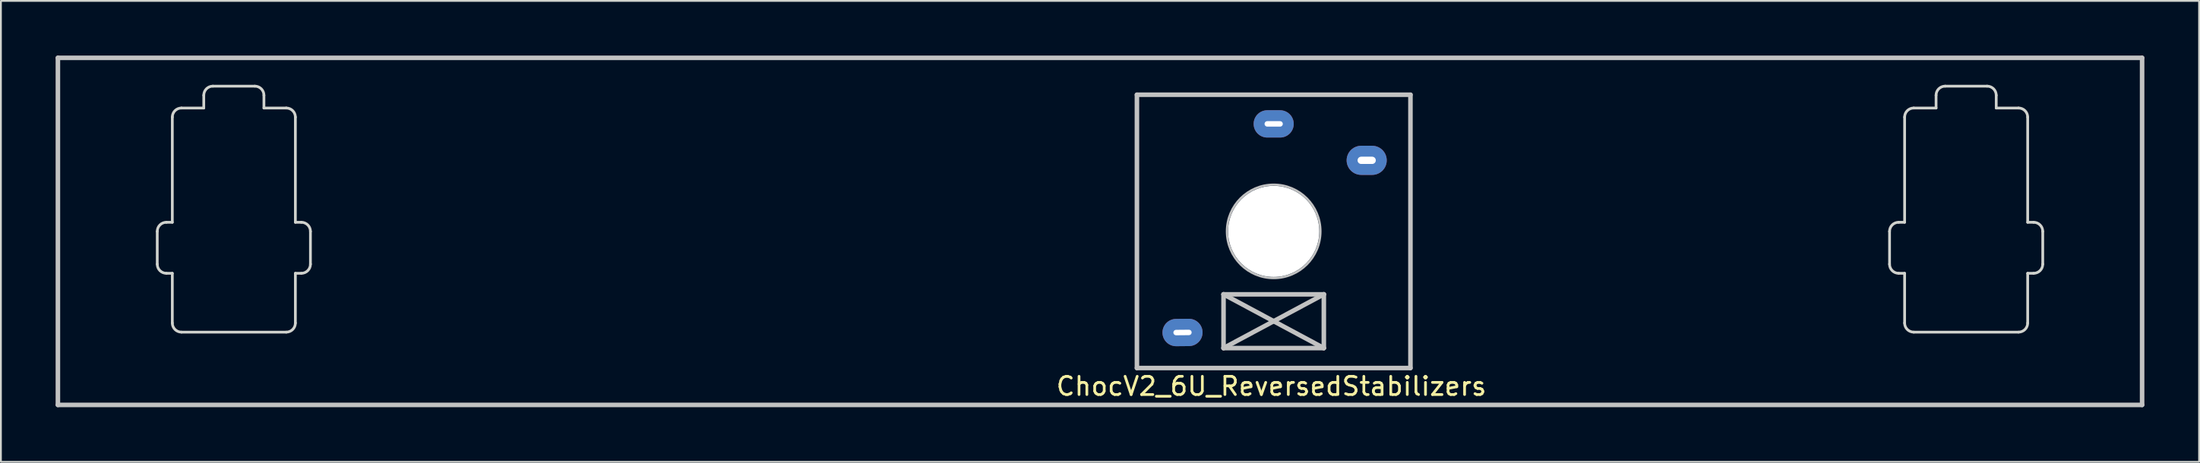
<source format=kicad_pcb>
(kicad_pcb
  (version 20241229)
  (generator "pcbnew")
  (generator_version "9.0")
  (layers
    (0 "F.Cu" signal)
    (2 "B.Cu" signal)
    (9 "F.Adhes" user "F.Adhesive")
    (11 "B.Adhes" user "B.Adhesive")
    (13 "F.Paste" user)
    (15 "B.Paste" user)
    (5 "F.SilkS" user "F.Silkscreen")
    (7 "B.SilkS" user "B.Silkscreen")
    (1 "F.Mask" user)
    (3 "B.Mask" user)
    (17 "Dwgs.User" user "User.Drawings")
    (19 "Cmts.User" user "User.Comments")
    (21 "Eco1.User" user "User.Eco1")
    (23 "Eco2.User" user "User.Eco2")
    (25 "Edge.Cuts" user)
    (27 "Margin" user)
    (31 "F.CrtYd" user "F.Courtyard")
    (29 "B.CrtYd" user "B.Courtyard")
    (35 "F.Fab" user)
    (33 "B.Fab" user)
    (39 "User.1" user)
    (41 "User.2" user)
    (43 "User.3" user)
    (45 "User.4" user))
  (footprint "ChocV2_6U_ReversedStabilizers"
    (layer "F.Cu")
    (at 57.275 9.65)
    (property "Reference" "ChocV2_6U_ReversedStabilizers" (at 9.398 8.5 0) (layer "F.SilkS") (effects (font (size 1 1) (thickness 0.15))))
    (attr through_hole)
    (fp_line (start -57.15 9.525) (end -57.15 -9.525) (stroke (width 0.25) (type solid)) (layer "Dwgs.User"))
    (fp_line (start -57.15 9.525) (end 57.15 9.525) (stroke (width 0.25) (type solid)) (layer "Dwgs.User"))
    (fp_line (start 2.025 -7.5) (end 17.025 -7.5) (stroke (width 0.25) (type solid)) (layer "Dwgs.User"))
    (fp_line (start 2.025 7.5) (end 2.025 -7.5) (stroke (width 0.25) (type solid)) (layer "Dwgs.User"))
    (fp_line (start 6.775 3.455) (end 6.775 6.405) (stroke (width 0.25) (type solid)) (layer "Dwgs.User"))
    (fp_line (start 6.775 3.455) (end 12.275 6.405) (stroke (width 0.25) (type solid)) (layer "Dwgs.User"))
    (fp_line (start 6.775 6.405) (end 12.275 3.455) (stroke (width 0.25) (type solid)) (layer "Dwgs.User"))
    (fp_line (start 6.775 6.405) (end 12.275 6.405) (stroke (width 0.25) (type solid)) (layer "Dwgs.User"))
    (fp_line (start 12.275 3.455) (end 6.775 3.455) (stroke (width 0.25) (type solid)) (layer "Dwgs.User"))
    (fp_line (start 12.275 6.405) (end 12.275 3.455) (stroke (width 0.25) (type solid)) (layer "Dwgs.User"))
    (fp_line (start 17.025 -7.5) (end 17.025 7.5) (stroke (width 0.25) (type solid)) (layer "Dwgs.User"))
    (fp_line (start 17.025 7.5) (end 2.025 7.5) (stroke (width 0.25) (type solid)) (layer "Dwgs.User"))
    (fp_line (start 57.15 -9.525) (end -57.15 -9.525) (stroke (width 0.25) (type solid)) (layer "Dwgs.User"))
    (fp_line (start 57.15 -9.525) (end 57.15 9.525) (stroke (width 0.25) (type solid)) (layer "Dwgs.User"))
    (fp_circle (center 9.525 0) (end 8.814 -2.464) (stroke (width 0.12) (type solid)) (fill no) (layer "Dwgs.User"))
    (fp_line (start -51.701 1.801) (end -51.701 0.001) (stroke (width 0.15) (type solid)) (layer "Edge.Cuts"))
    (fp_line (start -51.201 -0.499) (end -50.875 -0.499) (stroke (width 0.15) (type solid)) (layer "Edge.Cuts"))
    (fp_line (start -50.875 -0.499) (end -50.875 -6.271) (stroke (width 0.15) (type solid)) (layer "Edge.Cuts"))
    (fp_line (start -50.875 2.301) (end -51.201 2.301) (stroke (width 0.15) (type solid)) (layer "Edge.Cuts"))
    (fp_line (start -50.875 5.03) (end -50.875 2.301) (stroke (width 0.15) (type solid)) (layer "Edge.Cuts"))
    (fp_line (start -50.375 -6.771) (end -49.15 -6.771) (stroke (width 0.15) (type solid)) (layer "Edge.Cuts"))
    (fp_line (start -49.15 -6.771) (end -49.15 -7.471) (stroke (width 0.15) (type solid)) (layer "Edge.Cuts"))
    (fp_line (start -48.65 -7.971) (end -46.351 -7.971) (stroke (width 0.15) (type solid)) (layer "Edge.Cuts"))
    (fp_line (start -45.851 -6.771) (end -45.851 -7.471) (stroke (width 0.15) (type solid)) (layer "Edge.Cuts"))
    (fp_line (start -44.626 5.531) (end -50.375 5.53) (stroke (width 0.15) (type solid)) (layer "Edge.Cuts"))
    (fp_line (start -44.626 -6.771) (end -45.851 -6.771) (stroke (width 0.15) (type solid)) (layer "Edge.Cuts"))
    (fp_line (start -44.126 5.03) (end -44.126 2.301) (stroke (width 0.15) (type solid)) (layer "Edge.Cuts"))
    (fp_line (start -44.126 2.301) (end -43.8 2.301) (stroke (width 0.15) (type solid)) (layer "Edge.Cuts"))
    (fp_line (start -44.126 -0.499) (end -44.126 -6.271) (stroke (width 0.15) (type solid)) (layer "Edge.Cuts"))
    (fp_line (start -43.8 -0.499) (end -44.126 -0.499) (stroke (width 0.15) (type solid)) (layer "Edge.Cuts"))
    (fp_line (start -43.3 1.801) (end -43.3 0.001) (stroke (width 0.15) (type solid)) (layer "Edge.Cuts"))
    (fp_line (start 43.3 1.801) (end 43.3 0.001) (stroke (width 0.15) (type solid)) (layer "Edge.Cuts"))
    (fp_line (start 43.8 -0.499) (end 44.126 -0.499) (stroke (width 0.15) (type solid)) (layer "Edge.Cuts"))
    (fp_line (start 44.126 -0.499) (end 44.126 -6.271) (stroke (width 0.15) (type solid)) (layer "Edge.Cuts"))
    (fp_line (start 44.126 2.301) (end 43.8 2.301) (stroke (width 0.15) (type solid)) (layer "Edge.Cuts"))
    (fp_line (start 44.126 5.03) (end 44.126 2.301) (stroke (width 0.15) (type solid)) (layer "Edge.Cuts"))
    (fp_line (start 44.626 -6.771) (end 45.851 -6.771) (stroke (width 0.15) (type solid)) (layer "Edge.Cuts"))
    (fp_line (start 44.626 5.531) (end 50.375 5.53) (stroke (width 0.15) (type solid)) (layer "Edge.Cuts"))
    (fp_line (start 45.851 -6.771) (end 45.851 -7.471) (stroke (width 0.15) (type solid)) (layer "Edge.Cuts"))
    (fp_line (start 48.65 -7.971) (end 46.351 -7.971) (stroke (width 0.15) (type solid)) (layer "Edge.Cuts"))
    (fp_line (start 49.15 -6.771) (end 49.15 -7.471) (stroke (width 0.15) (type solid)) (layer "Edge.Cuts"))
    (fp_line (start 50.375 -6.771) (end 49.15 -6.771) (stroke (width 0.15) (type solid)) (layer "Edge.Cuts"))
    (fp_line (start 50.875 -0.499) (end 50.875 -6.271) (stroke (width 0.15) (type solid)) (layer "Edge.Cuts"))
    (fp_line (start 50.875 2.301) (end 51.201 2.301) (stroke (width 0.15) (type solid)) (layer "Edge.Cuts"))
    (fp_line (start 50.875 5.03) (end 50.875 2.301) (stroke (width 0.15) (type solid)) (layer "Edge.Cuts"))
    (fp_line (start 51.201 -0.499) (end 50.875 -0.499) (stroke (width 0.15) (type solid)) (layer "Edge.Cuts"))
    (fp_line (start 51.701 1.801) (end 51.701 0.001) (stroke (width 0.15) (type solid)) (layer "Edge.Cuts"))
    (fp_arc (start -51.700649 0.000549) (mid -51.554203 -0.353004) (end -51.20065 -0.49945) (stroke (width 0.15) (type solid)) (layer "Edge.Cuts"))
    (fp_arc (start -51.20065 2.30072) (mid -51.554203 2.154273) (end -51.70065 1.80072) (stroke (width 0.15) (type solid)) (layer "Edge.Cuts"))
    (fp_arc (start -50.87465 -6.27095) (mid -50.728203 -6.624503) (end -50.37465 -6.77095) (stroke (width 0.15) (type solid)) (layer "Edge.Cuts"))
    (fp_arc (start -50.374752 5.529542) (mid -50.728239 5.383059) (end -50.87465 5.029542) (stroke (width 0.15) (type solid)) (layer "Edge.Cuts"))
    (fp_arc (start -49.149649 -7.47115) (mid -49.003202 -7.824703) (end -48.649649 -7.97115) (stroke (width 0.15) (type solid)) (layer "Edge.Cuts"))
    (fp_arc (start -46.35065 -7.971132) (mid -45.997099 -7.82468) (end -45.850657 -7.471125) (stroke (width 0.15) (type solid)) (layer "Edge.Cuts"))
    (fp_arc (start -44.625667 -6.770906) (mid -44.272116 -6.624454) (end -44.125675 -6.270898) (stroke (width 0.15) (type solid)) (layer "Edge.Cuts"))
    (fp_arc (start -44.125846 5.029593) (mid -44.272262 5.383108) (end -44.625752 5.529585) (stroke (width 0.15) (type solid)) (layer "Edge.Cuts"))
    (fp_arc (start -43.799763 -0.499394) (mid -43.446212 -0.352942) (end -43.29977 0.000613) (stroke (width 0.15) (type solid)) (layer "Edge.Cuts"))
    (fp_arc (start -43.299797 1.800784) (mid -43.446249 2.154335) (end -43.799805 2.300776) (stroke (width 0.15) (type solid)) (layer "Edge.Cuts"))
    (fp_arc (start 43.299771 0.000613) (mid 43.446212 -0.352942) (end 43.799763 -0.499393) (stroke (width 0.15) (type solid)) (layer "Edge.Cuts"))
    (fp_arc (start 43.799804 2.300776) (mid 43.446249 2.154334) (end 43.299797 1.800783) (stroke (width 0.15) (type solid)) (layer "Edge.Cuts"))
    (fp_arc (start 44.125675 -6.270899) (mid 44.272117 -6.624454) (end 44.625668 -6.770906) (stroke (width 0.15) (type solid)) (layer "Edge.Cuts"))
    (fp_arc (start 44.625752 5.529585) (mid 44.272262 5.383108) (end 44.125846 5.029593) (stroke (width 0.15) (type solid)) (layer "Edge.Cuts"))
    (fp_arc (start 45.850657 -7.471125) (mid 45.997099 -7.82468) (end 46.35065 -7.971132) (stroke (width 0.15) (type solid)) (layer "Edge.Cuts"))
    (fp_arc (start 48.649649 -7.97115) (mid 49.003202 -7.824703) (end 49.149649 -7.47115) (stroke (width 0.15) (type solid)) (layer "Edge.Cuts"))
    (fp_arc (start 50.37465 -6.77095) (mid 50.728203 -6.624503) (end 50.87465 -6.27095) (stroke (width 0.15) (type solid)) (layer "Edge.Cuts"))
    (fp_arc (start 50.87465 5.029542) (mid 50.728239 5.383059) (end 50.374752 5.529542) (stroke (width 0.15) (type solid)) (layer "Edge.Cuts"))
    (fp_arc (start 51.20065 -0.499451) (mid 51.554203 -0.353004) (end 51.70065 0.000549) (stroke (width 0.15) (type solid)) (layer "Edge.Cuts"))
    (fp_arc (start 51.700649 1.80072) (mid 51.554203 2.154273) (end 51.20065 2.300719) (stroke (width 0.15) (type solid)) (layer "Edge.Cuts"))
    (pad "" np_thru_hole circle (at 9.525 0 90) (size 5 5) (drill 5) (layers "*.Cu" "*.Mask"))
    (pad "1" thru_hole oval (at 14.625 -3.9 180) (size 2.2 1.6) (drill oval 1 0.4) (layers "*.Cu" "B.Mask"))
    (pad "2" thru_hole oval (at 9.525 -5.9 180) (size 2.2 1.5) (drill oval 1 0.3) (layers "*.Cu" "B.Mask"))
    (pad "NC" thru_hole oval (at 4.525 5.55 180.5) (size 2.2 1.5) (drill oval 1 0.3) (layers "*.Cu" "B.Mask")))
  (gr_rect
    (start -3 -3)
    (end 117.55 22.3)
    (stroke (width 0.1) (type default))
    (fill no)
    (layer "Edge.Cuts")))
</source>
